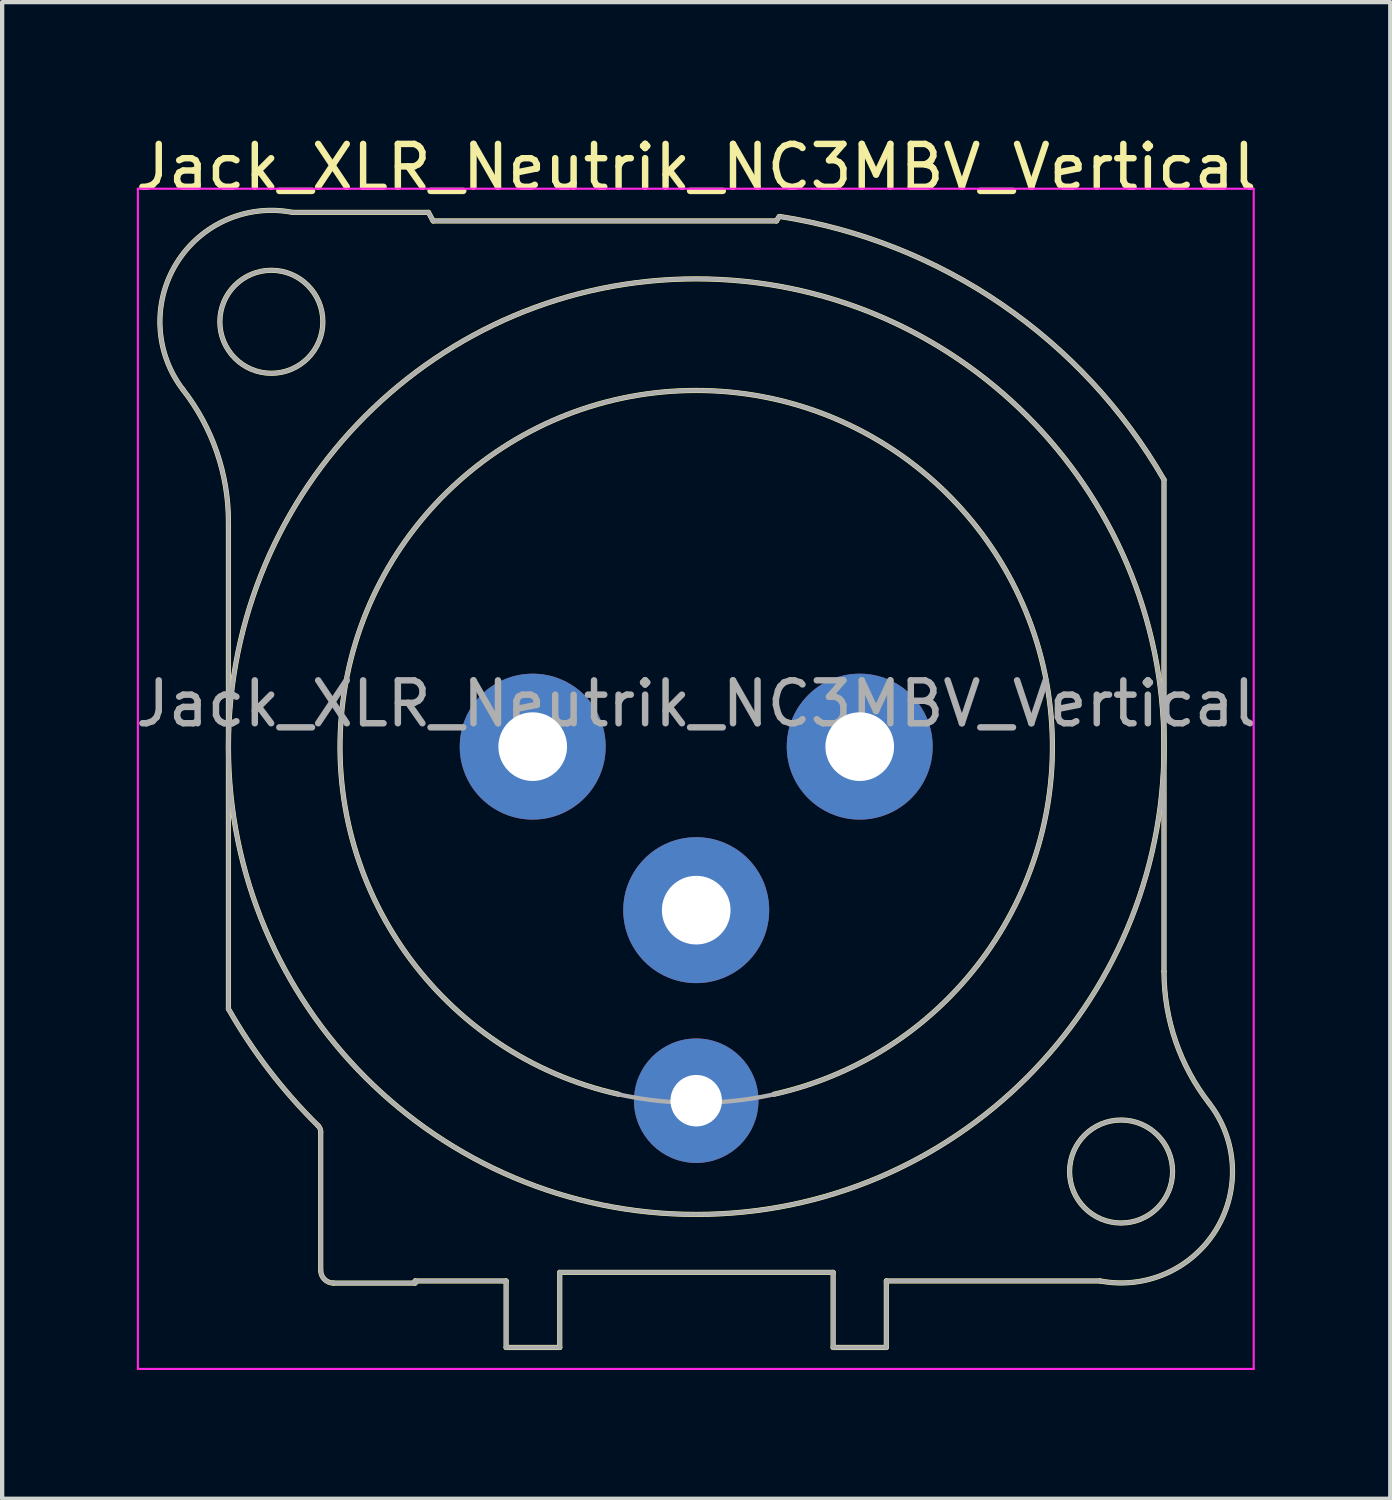
<source format=kicad_pcb>
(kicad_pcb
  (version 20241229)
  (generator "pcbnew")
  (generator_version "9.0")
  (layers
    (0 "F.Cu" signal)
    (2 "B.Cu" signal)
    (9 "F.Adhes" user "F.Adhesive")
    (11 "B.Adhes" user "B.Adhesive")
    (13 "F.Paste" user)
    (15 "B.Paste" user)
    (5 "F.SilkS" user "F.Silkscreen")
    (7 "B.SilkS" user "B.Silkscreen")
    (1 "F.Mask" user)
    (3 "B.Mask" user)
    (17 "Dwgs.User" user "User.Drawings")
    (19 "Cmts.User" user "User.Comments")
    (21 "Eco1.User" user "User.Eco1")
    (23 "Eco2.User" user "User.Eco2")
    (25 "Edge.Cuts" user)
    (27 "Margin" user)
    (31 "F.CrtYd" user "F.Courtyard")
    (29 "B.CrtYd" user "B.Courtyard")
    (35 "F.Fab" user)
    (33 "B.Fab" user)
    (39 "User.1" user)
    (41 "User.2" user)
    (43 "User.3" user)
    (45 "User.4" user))
  (footprint "Jack_XLR_Neutrik_NC3MBV_Vertical"
    (layer "F.Cu")
    (at 9.363 14.348)
    (property "Reference" "Jack_XLR_Neutrik_NC3MBV_Vertical" (at 3.81 -13.5 0) (layer "F.SilkS") (effects (font (size 1 1) (thickness 0.15))))
    (attr through_hole)
    (fp_line (start -7.09 -5.24) (end -7.09 6.11) (stroke (width 0.12) (type solid)) (layer "F.SilkS"))
    (fp_line (start -4.94 12.2) (end -4.94 8.98) (stroke (width 0.12) (type solid)) (layer "F.SilkS"))
    (fp_line (start -4.64 12.5) (end -2.74 12.5) (stroke (width 0.12) (type solid)) (layer "F.SilkS"))
    (fp_line (start -2.74 12.45) (end -0.62 12.45) (stroke (width 0.12) (type solid)) (layer "F.SilkS"))
    (fp_line (start -2.74 12.5) (end -2.74 12.45) (stroke (width 0.12) (type solid)) (layer "F.SilkS"))
    (fp_line (start -2.43 -12.45) (end -5.6 -12.45) (stroke (width 0.12) (type solid)) (layer "F.SilkS"))
    (fp_line (start -2.32 -12.25) (end -2.43 -12.45) (stroke (width 0.12) (type solid)) (layer "F.SilkS"))
    (fp_line (start -0.62 12.45) (end -0.62 14) (stroke (width 0.12) (type solid)) (layer "F.SilkS"))
    (fp_line (start 0.63 12.25) (end 0.63 14) (stroke (width 0.12) (type solid)) (layer "F.SilkS"))
    (fp_line (start 0.63 12.25) (end 7 12.25) (stroke (width 0.12) (type solid)) (layer "F.SilkS"))
    (fp_line (start 0.63 14) (end -0.62 14) (stroke (width 0.12) (type solid)) (layer "F.SilkS"))
    (fp_line (start 5.68 -12.25) (end -2.32 -12.25) (stroke (width 0.12) (type solid)) (layer "F.SilkS"))
    (fp_line (start 5.74 -12.35) (end 5.68 -12.25) (stroke (width 0.12) (type solid)) (layer "F.SilkS"))
    (fp_line (start 7 12.25) (end 7 14) (stroke (width 0.12) (type solid)) (layer "F.SilkS"))
    (fp_line (start 8.24 12.45) (end 8.24 14) (stroke (width 0.12) (type solid)) (layer "F.SilkS"))
    (fp_line (start 8.24 12.45) (end 13.22 12.45) (stroke (width 0.12) (type solid)) (layer "F.SilkS"))
    (fp_line (start 8.24 14) (end 7 14) (stroke (width 0.12) (type solid)) (layer "F.SilkS"))
    (fp_line (start 14.71 5.24) (end 14.71 -6.22) (stroke (width 0.12) (type solid)) (layer "F.SilkS"))
    (fp_arc (start -8.14458 -8.311426) (mid -7.360989 -6.863715) (end -7.09 -5.24) (stroke (width 0.12) (type solid)) (layer "F.SilkS"))
    (fp_arc (start -8.141124 -8.307677) (mid -8.303366 -11.257798) (end -5.6 -12.45) (stroke (width 0.12) (type solid)) (layer "F.SilkS"))
    (fp_arc (start -4.999944 8.832139) (mid -4.954594 8.899835) (end -4.94 8.98) (stroke (width 0.12) (type solid)) (layer "F.SilkS"))
    (fp_arc (start -4.999718 8.833849) (mid -6.1389 7.544091) (end -7.09 6.11) (stroke (width 0.12) (type solid)) (layer "F.SilkS"))
    (fp_arc (start -4.64 12.5) (mid -4.852132 12.412132) (end -4.94 12.2) (stroke (width 0.12) (type solid)) (layer "F.SilkS"))
    (fp_arc (start 2 8.1) (mid 3.809449 -8.299765) (end 5.621075 8.09976) (stroke (width 0.12) (type solid)) (layer "F.SilkS"))
    (fp_arc (start 5.753207 -12.354269) (mid 10.928439 -10.304601) (end 14.71 -6.22) (stroke (width 0.12) (type solid)) (layer "F.SilkS"))
    (fp_arc (start 15.761124 8.307677) (mid 15.923366 11.257798) (end 13.22 12.45) (stroke (width 0.12) (type solid)) (layer "F.SilkS"))
    (fp_arc (start 15.76458 8.311426) (mid 14.980989 6.863715) (end 14.71 5.24) (stroke (width 0.12) (type solid)) (layer "F.SilkS"))
    (fp_circle (center -6.09 -9.9) (end -4.89 -9.9) (stroke (width 0.12) (type solid)) (fill no) (layer "F.SilkS"))
    (fp_circle (center 3.81 0) (end 14.71 0) (stroke (width 0.12) (type solid)) (fill no) (layer "F.SilkS"))
    (fp_circle (center 13.71 9.9) (end 14.91 9.9) (stroke (width 0.12) (type solid)) (fill no) (layer "F.SilkS"))
    (fp_line (start -9.2 -13) (end 16.8 -13) (stroke (width 0.05) (type solid)) (layer "F.CrtYd"))
    (fp_line (start -9.2 14.5) (end -9.2 -13) (stroke (width 0.05) (type solid)) (layer "F.CrtYd"))
    (fp_line (start 16.8 -13) (end 16.8 14.5) (stroke (width 0.05) (type solid)) (layer "F.CrtYd"))
    (fp_line (start 16.8 14.5) (end -9.2 14.5) (stroke (width 0.05) (type solid)) (layer "F.CrtYd"))
    (fp_line (start -7.09 -5.24) (end -7.09 6.11) (stroke (width 0.1) (type solid)) (layer "F.Fab"))
    (fp_line (start -4.94 12.2) (end -4.94 8.98) (stroke (width 0.1) (type solid)) (layer "F.Fab"))
    (fp_line (start -4.64 12.5) (end -2.74 12.5) (stroke (width 0.1) (type solid)) (layer "F.Fab"))
    (fp_line (start -2.74 12.45) (end -0.62 12.45) (stroke (width 0.1) (type solid)) (layer "F.Fab"))
    (fp_line (start -2.74 12.5) (end -2.74 12.45) (stroke (width 0.1) (type solid)) (layer "F.Fab"))
    (fp_line (start -2.43 -12.45) (end -5.6 -12.45) (stroke (width 0.1) (type solid)) (layer "F.Fab"))
    (fp_line (start -2.32 -12.25) (end -2.43 -12.45) (stroke (width 0.1) (type solid)) (layer "F.Fab"))
    (fp_line (start -0.62 12.45) (end -0.62 14) (stroke (width 0.1) (type solid)) (layer "F.Fab"))
    (fp_line (start 0.63 12.25) (end 0.63 14) (stroke (width 0.1) (type solid)) (layer "F.Fab"))
    (fp_line (start 0.63 12.25) (end 7 12.25) (stroke (width 0.1) (type solid)) (layer "F.Fab"))
    (fp_line (start 0.63 14) (end -0.62 14) (stroke (width 0.1) (type solid)) (layer "F.Fab"))
    (fp_line (start 5.68 -12.25) (end -2.32 -12.25) (stroke (width 0.1) (type solid)) (layer "F.Fab"))
    (fp_line (start 5.74 -12.35) (end 5.68 -12.25) (stroke (width 0.1) (type solid)) (layer "F.Fab"))
    (fp_line (start 7 12.25) (end 7 14) (stroke (width 0.1) (type solid)) (layer "F.Fab"))
    (fp_line (start 8.24 12.45) (end 8.24 14) (stroke (width 0.1) (type solid)) (layer "F.Fab"))
    (fp_line (start 8.24 12.45) (end 13.22 12.45) (stroke (width 0.1) (type solid)) (layer "F.Fab"))
    (fp_line (start 8.24 14) (end 7 14) (stroke (width 0.1) (type solid)) (layer "F.Fab"))
    (fp_line (start 14.71 5.24) (end 14.71 -6.22) (stroke (width 0.1) (type solid)) (layer "F.Fab"))
    (fp_arc (start -8.14458 -8.311426) (mid -7.360989 -6.863715) (end -7.09 -5.24) (stroke (width 0.1) (type solid)) (layer "F.Fab"))
    (fp_arc (start -8.141124 -8.307677) (mid -8.303366 -11.257798) (end -5.6 -12.45) (stroke (width 0.1) (type solid)) (layer "F.Fab"))
    (fp_arc (start -4.999944 8.832139) (mid -4.954594 8.899835) (end -4.94 8.98) (stroke (width 0.1) (type solid)) (layer "F.Fab"))
    (fp_arc (start -4.999718 8.833849) (mid -6.1389 7.544091) (end -7.09 6.11) (stroke (width 0.1) (type solid)) (layer "F.Fab"))
    (fp_arc (start -4.64 12.5) (mid -4.852132 12.412132) (end -4.94 12.2) (stroke (width 0.1) (type solid)) (layer "F.Fab"))
    (fp_arc (start 5.753207 -12.354269) (mid 10.928439 -10.304601) (end 14.71 -6.22) (stroke (width 0.1) (type solid)) (layer "F.Fab"))
    (fp_arc (start 15.761124 8.307677) (mid 15.923366 11.257798) (end 13.22 12.45) (stroke (width 0.1) (type solid)) (layer "F.Fab"))
    (fp_arc (start 15.76458 8.311426) (mid 14.980989 6.863715) (end 14.71 5.24) (stroke (width 0.1) (type solid)) (layer "F.Fab"))
    (fp_circle (center -6.09 -9.9) (end -4.89 -9.9) (stroke (width 0.1) (type solid)) (fill no) (layer "F.Fab"))
    (fp_circle (center 3.81 0) (end 12.11 0) (stroke (width 0.1) (type solid)) (fill no) (layer "F.Fab"))
    (fp_circle (center 3.81 0) (end 14.71 0) (stroke (width 0.1) (type solid)) (fill no) (layer "F.Fab"))
    (fp_circle (center 13.71 9.9) (end 14.91 9.9) (stroke (width 0.1) (type solid)) (fill no) (layer "F.Fab"))
    (fp_text user "${REFERENCE}" (at 3.81 -1 0) (layer "F.Fab") (effects (font (size 1 1) (thickness 0.15))))
    (pad "1" thru_hole circle (at 0 0) (size 3.4 3.4) (drill 1.6) (layers "*.Cu" "*.Mask"))
    (pad "2" thru_hole circle (at 7.62 0) (size 3.4 3.4) (drill 1.6) (layers "*.Cu" "*.Mask"))
    (pad "3" thru_hole circle (at 3.81 3.81) (size 3.4 3.4) (drill 1.6) (layers "*.Cu" "*.Mask"))
    (pad "G" thru_hole circle (at 3.81 8.25) (size 2.9 2.9) (drill 1.2) (layers "*.Cu" "*.Mask")))
  (gr_rect
    (start -3 -3)
    (end 29.345 31.873)
    (stroke (width 0.1) (type default))
    (fill no)
    (layer "Edge.Cuts")))
</source>
